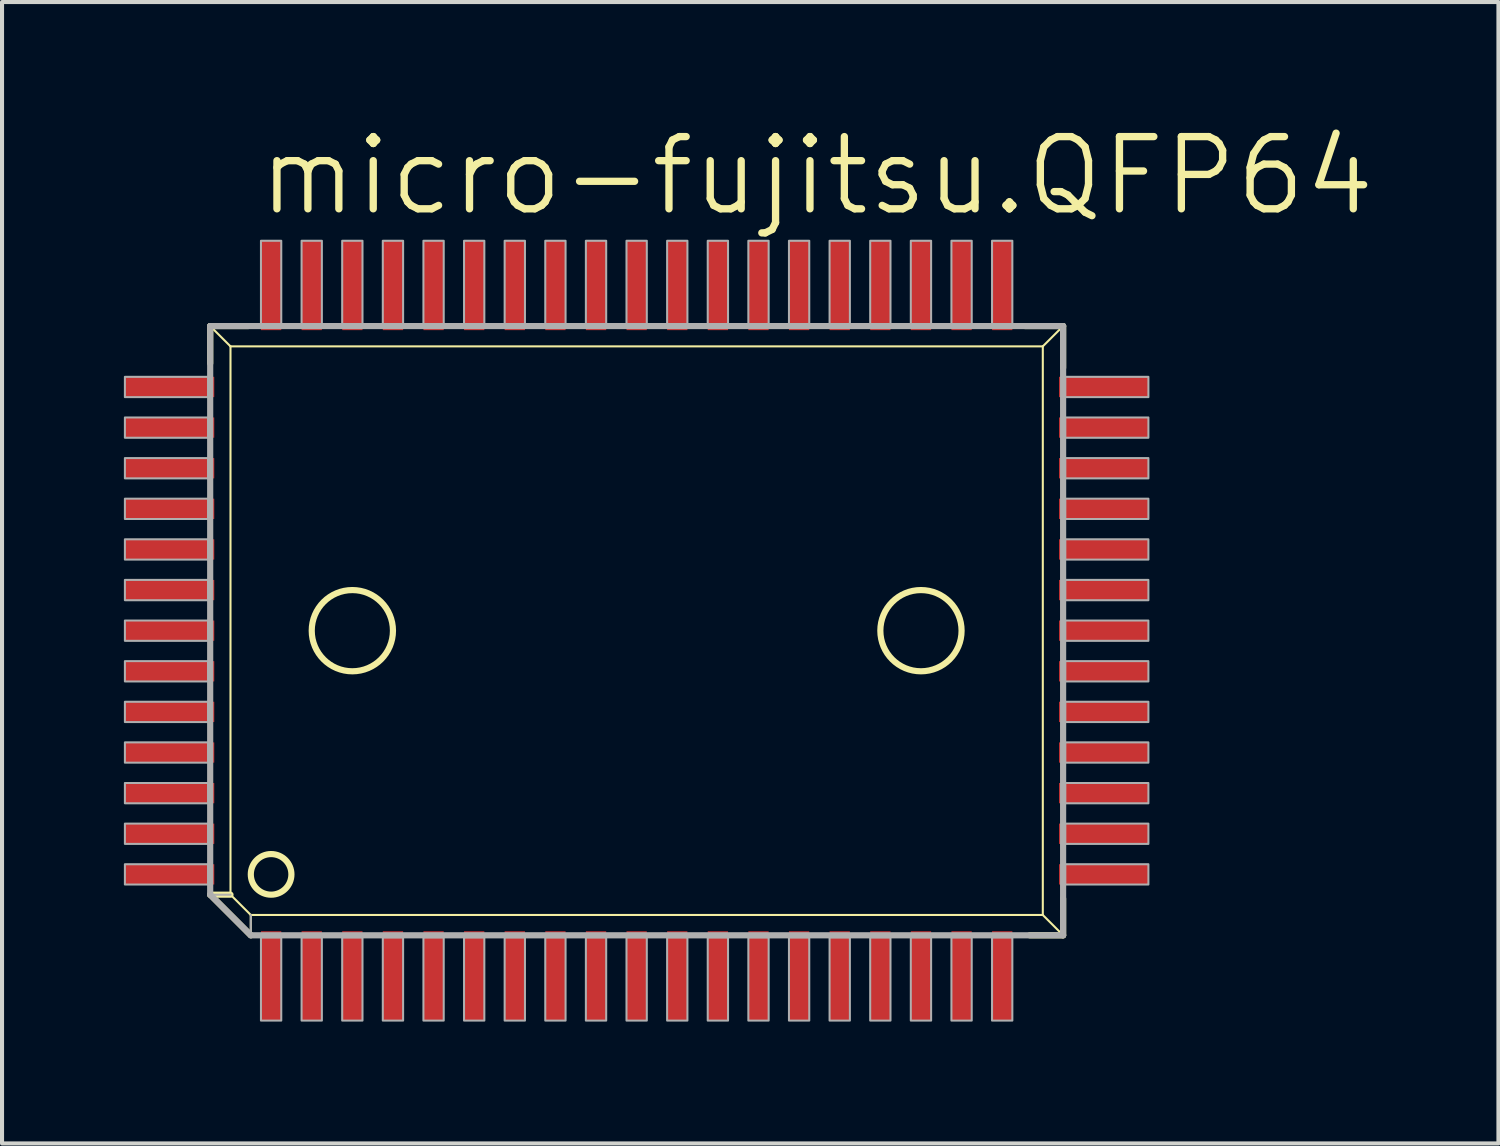
<source format=kicad_pcb>
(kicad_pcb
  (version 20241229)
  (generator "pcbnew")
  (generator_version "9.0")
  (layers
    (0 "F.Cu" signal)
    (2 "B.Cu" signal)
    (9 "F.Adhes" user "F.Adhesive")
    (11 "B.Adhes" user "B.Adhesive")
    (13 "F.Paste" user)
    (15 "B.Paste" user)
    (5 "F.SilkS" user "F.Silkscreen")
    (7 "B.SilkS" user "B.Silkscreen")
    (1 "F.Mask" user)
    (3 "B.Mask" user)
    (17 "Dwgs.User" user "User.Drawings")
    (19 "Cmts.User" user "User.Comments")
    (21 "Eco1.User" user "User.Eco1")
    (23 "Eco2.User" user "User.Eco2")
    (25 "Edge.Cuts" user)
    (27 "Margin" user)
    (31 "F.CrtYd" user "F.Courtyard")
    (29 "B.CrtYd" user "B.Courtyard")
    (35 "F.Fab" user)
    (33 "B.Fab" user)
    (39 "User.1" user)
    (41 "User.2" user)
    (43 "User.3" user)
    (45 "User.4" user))
  (footprint "micro-fujitsu.QFP64"
    (layer "F.Cu")
    (at 12.625 12.478)
    (property "Reference" "micro-fujitsu.QFP64" (at -9.398 -10.16 0) (layer "F.SilkS") (effects (font (size 1.778 1.778) (thickness 0.18)) (justify left bottom)))
    (attr smd)
    (fp_line (start -10.5 -7.5) (end -10 -7) (stroke (width 0.051) (type default)) (layer "F.SilkS"))
    (fp_line (start -10.5 -7.5) (end -9.566 -7.5) (stroke (width 0.152) (type default)) (layer "F.SilkS"))
    (fp_line (start -10.5 -6.581) (end -10.5 -7.5) (stroke (width 0.152) (type default)) (layer "F.SilkS"))
    (fp_line (start -10.5 6.5) (end -10 6.5) (stroke (width 0.152) (type default)) (layer "F.SilkS"))
    (fp_line (start -10 -7) (end 10 -7) (stroke (width 0.051) (type default)) (layer "F.SilkS"))
    (fp_line (start -10 6.5) (end -10 -7) (stroke (width 0.051) (type default)) (layer "F.SilkS"))
    (fp_line (start -9.5 7) (end -10 6.5) (stroke (width 0.051) (type default)) (layer "F.SilkS"))
    (fp_line (start -9.5 7.5) (end -10.5 6.5) (stroke (width 0.152) (type default)) (layer "F.SilkS"))
    (fp_line (start -9.5 7.5) (end -9.5 7) (stroke (width 0.051) (type default)) (layer "F.SilkS"))
    (fp_line (start 9.566 -7.5) (end 10.5 -7.5) (stroke (width 0.152) (type default)) (layer "F.SilkS"))
    (fp_line (start 10 -7) (end 10 7) (stroke (width 0.051) (type default)) (layer "F.SilkS"))
    (fp_line (start 10 7) (end -9.5 7) (stroke (width 0.051) (type default)) (layer "F.SilkS"))
    (fp_line (start 10.5 -7.5) (end 10 -7) (stroke (width 0.051) (type default)) (layer "F.SilkS"))
    (fp_line (start 10.5 -7.5) (end 10.5 -6.47) (stroke (width 0.152) (type default)) (layer "F.SilkS"))
    (fp_line (start 10.5 6.597) (end 10.5 7.5) (stroke (width 0.152) (type default)) (layer "F.SilkS"))
    (fp_line (start 10.5 7.5) (end 9.677 7.5) (stroke (width 0.152) (type default)) (layer "F.SilkS"))
    (fp_line (start 10.5 7.5) (end 10 7) (stroke (width 0.051) (type default)) (layer "F.SilkS"))
    (fp_circle (center -9 6) (end -8.5 6) (stroke (width 0.152) (type default)) (fill no) (layer "F.SilkS"))
    (fp_circle (center -7 0) (end -6 0) (stroke (width 0.152) (type default)) (fill no) (layer "F.SilkS"))
    (fp_circle (center 7 0) (end 8 0) (stroke (width 0.152) (type default)) (fill no) (layer "F.SilkS"))
    (fp_line (start -10.5 -7.5) (end 10.5 -7.5) (stroke (width 0.152) (type default)) (layer "F.Fab"))
    (fp_line (start -10.5 6.5) (end -10.5 -7.5) (stroke (width 0.152) (type default)) (layer "F.Fab"))
    (fp_line (start -10.5 6.5) (end -10 6.5) (stroke (width 0.051) (type default)) (layer "F.Fab"))
    (fp_line (start -9.5 7.5) (end -10.5 6.5) (stroke (width 0.152) (type default)) (layer "F.Fab"))
    (fp_line (start -9.5 7.5) (end -9.5 7) (stroke (width 0.051) (type default)) (layer "F.Fab"))
    (fp_line (start 10.5 -7.5) (end 10.5 7.5) (stroke (width 0.152) (type default)) (layer "F.Fab"))
    (fp_line (start 10.5 7.5) (end -9.5 7.5) (stroke (width 0.152) (type default)) (layer "F.Fab"))
    (fp_rect (start -12.6 -5.75) (end -10.55 -6.25) (stroke (width 0.05) (type default)) (fill no) (layer "F.Fab"))
    (fp_rect (start -12.6 -4.75) (end -10.55 -5.25) (stroke (width 0.05) (type default)) (fill no) (layer "F.Fab"))
    (fp_rect (start -12.6 -3.75) (end -10.55 -4.25) (stroke (width 0.05) (type default)) (fill no) (layer "F.Fab"))
    (fp_rect (start -12.6 -2.75) (end -10.55 -3.25) (stroke (width 0.05) (type default)) (fill no) (layer "F.Fab"))
    (fp_rect (start -12.6 -1.75) (end -10.55 -2.25) (stroke (width 0.05) (type default)) (fill no) (layer "F.Fab"))
    (fp_rect (start -12.6 -0.75) (end -10.55 -1.25) (stroke (width 0.05) (type default)) (fill no) (layer "F.Fab"))
    (fp_rect (start -12.6 0.25) (end -10.55 -0.25) (stroke (width 0.05) (type default)) (fill no) (layer "F.Fab"))
    (fp_rect (start -12.6 1.25) (end -10.55 0.75) (stroke (width 0.05) (type default)) (fill no) (layer "F.Fab"))
    (fp_rect (start -12.6 2.25) (end -10.55 1.75) (stroke (width 0.05) (type default)) (fill no) (layer "F.Fab"))
    (fp_rect (start -12.6 3.25) (end -10.55 2.75) (stroke (width 0.05) (type default)) (fill no) (layer "F.Fab"))
    (fp_rect (start -12.6 4.25) (end -10.55 3.75) (stroke (width 0.05) (type default)) (fill no) (layer "F.Fab"))
    (fp_rect (start -12.6 5.25) (end -10.55 4.75) (stroke (width 0.05) (type default)) (fill no) (layer "F.Fab"))
    (fp_rect (start -12.6 6.25) (end -10.55 5.75) (stroke (width 0.05) (type default)) (fill no) (layer "F.Fab"))
    (fp_rect (start -9.25 -7.55) (end -8.75 -9.6) (stroke (width 0.05) (type default)) (fill no) (layer "F.Fab"))
    (fp_rect (start -9.25 9.6) (end -8.75 7.55) (stroke (width 0.05) (type default)) (fill no) (layer "F.Fab"))
    (fp_rect (start -8.25 -7.55) (end -7.75 -9.6) (stroke (width 0.05) (type default)) (fill no) (layer "F.Fab"))
    (fp_rect (start -8.25 9.6) (end -7.75 7.55) (stroke (width 0.05) (type default)) (fill no) (layer "F.Fab"))
    (fp_rect (start -7.25 -7.55) (end -6.75 -9.6) (stroke (width 0.05) (type default)) (fill no) (layer "F.Fab"))
    (fp_rect (start -7.25 9.6) (end -6.75 7.55) (stroke (width 0.05) (type default)) (fill no) (layer "F.Fab"))
    (fp_rect (start -6.25 -7.55) (end -5.75 -9.6) (stroke (width 0.05) (type default)) (fill no) (layer "F.Fab"))
    (fp_rect (start -6.25 9.6) (end -5.75 7.55) (stroke (width 0.05) (type default)) (fill no) (layer "F.Fab"))
    (fp_rect (start -5.25 -7.55) (end -4.75 -9.6) (stroke (width 0.05) (type default)) (fill no) (layer "F.Fab"))
    (fp_rect (start -5.25 9.6) (end -4.75 7.55) (stroke (width 0.05) (type default)) (fill no) (layer "F.Fab"))
    (fp_rect (start -4.25 -7.55) (end -3.75 -9.6) (stroke (width 0.05) (type default)) (fill no) (layer "F.Fab"))
    (fp_rect (start -4.25 9.6) (end -3.75 7.55) (stroke (width 0.05) (type default)) (fill no) (layer "F.Fab"))
    (fp_rect (start -3.25 -7.55) (end -2.75 -9.6) (stroke (width 0.05) (type default)) (fill no) (layer "F.Fab"))
    (fp_rect (start -3.25 9.6) (end -2.75 7.55) (stroke (width 0.05) (type default)) (fill no) (layer "F.Fab"))
    (fp_rect (start -2.25 -7.55) (end -1.75 -9.6) (stroke (width 0.05) (type default)) (fill no) (layer "F.Fab"))
    (fp_rect (start -2.25 9.6) (end -1.75 7.55) (stroke (width 0.05) (type default)) (fill no) (layer "F.Fab"))
    (fp_rect (start -1.25 -7.55) (end -0.75 -9.6) (stroke (width 0.05) (type default)) (fill no) (layer "F.Fab"))
    (fp_rect (start -1.25 9.6) (end -0.75 7.55) (stroke (width 0.05) (type default)) (fill no) (layer "F.Fab"))
    (fp_rect (start -0.25 -7.55) (end 0.25 -9.6) (stroke (width 0.05) (type default)) (fill no) (layer "F.Fab"))
    (fp_rect (start -0.25 9.6) (end 0.25 7.55) (stroke (width 0.05) (type default)) (fill no) (layer "F.Fab"))
    (fp_rect (start 0.75 -7.55) (end 1.25 -9.6) (stroke (width 0.05) (type default)) (fill no) (layer "F.Fab"))
    (fp_rect (start 0.75 9.6) (end 1.25 7.55) (stroke (width 0.05) (type default)) (fill no) (layer "F.Fab"))
    (fp_rect (start 1.75 -7.55) (end 2.25 -9.6) (stroke (width 0.05) (type default)) (fill no) (layer "F.Fab"))
    (fp_rect (start 1.75 9.6) (end 2.25 7.55) (stroke (width 0.05) (type default)) (fill no) (layer "F.Fab"))
    (fp_rect (start 2.75 -7.55) (end 3.25 -9.6) (stroke (width 0.05) (type default)) (fill no) (layer "F.Fab"))
    (fp_rect (start 2.75 9.6) (end 3.25 7.55) (stroke (width 0.05) (type default)) (fill no) (layer "F.Fab"))
    (fp_rect (start 3.75 -7.55) (end 4.25 -9.6) (stroke (width 0.05) (type default)) (fill no) (layer "F.Fab"))
    (fp_rect (start 3.75 9.6) (end 4.25 7.55) (stroke (width 0.05) (type default)) (fill no) (layer "F.Fab"))
    (fp_rect (start 4.75 -7.55) (end 5.25 -9.6) (stroke (width 0.05) (type default)) (fill no) (layer "F.Fab"))
    (fp_rect (start 4.75 9.6) (end 5.25 7.55) (stroke (width 0.05) (type default)) (fill no) (layer "F.Fab"))
    (fp_rect (start 5.75 -7.55) (end 6.25 -9.6) (stroke (width 0.05) (type default)) (fill no) (layer "F.Fab"))
    (fp_rect (start 5.75 9.6) (end 6.25 7.55) (stroke (width 0.05) (type default)) (fill no) (layer "F.Fab"))
    (fp_rect (start 6.75 -7.55) (end 7.25 -9.6) (stroke (width 0.05) (type default)) (fill no) (layer "F.Fab"))
    (fp_rect (start 6.75 9.6) (end 7.25 7.55) (stroke (width 0.05) (type default)) (fill no) (layer "F.Fab"))
    (fp_rect (start 7.75 -7.55) (end 8.25 -9.6) (stroke (width 0.05) (type default)) (fill no) (layer "F.Fab"))
    (fp_rect (start 7.75 9.6) (end 8.25 7.55) (stroke (width 0.05) (type default)) (fill no) (layer "F.Fab"))
    (fp_rect (start 8.75 -7.55) (end 9.25 -9.6) (stroke (width 0.05) (type default)) (fill no) (layer "F.Fab"))
    (fp_rect (start 8.75 9.6) (end 9.25 7.55) (stroke (width 0.05) (type default)) (fill no) (layer "F.Fab"))
    (fp_rect (start 10.55 -5.75) (end 12.6 -6.25) (stroke (width 0.05) (type default)) (fill no) (layer "F.Fab"))
    (fp_rect (start 10.55 -4.75) (end 12.6 -5.25) (stroke (width 0.05) (type default)) (fill no) (layer "F.Fab"))
    (fp_rect (start 10.55 -3.75) (end 12.6 -4.25) (stroke (width 0.05) (type default)) (fill no) (layer "F.Fab"))
    (fp_rect (start 10.55 -2.75) (end 12.6 -3.25) (stroke (width 0.05) (type default)) (fill no) (layer "F.Fab"))
    (fp_rect (start 10.55 -1.75) (end 12.6 -2.25) (stroke (width 0.05) (type default)) (fill no) (layer "F.Fab"))
    (fp_rect (start 10.55 -0.75) (end 12.6 -1.25) (stroke (width 0.05) (type default)) (fill no) (layer "F.Fab"))
    (fp_rect (start 10.55 0.25) (end 12.6 -0.25) (stroke (width 0.05) (type default)) (fill no) (layer "F.Fab"))
    (fp_rect (start 10.55 1.25) (end 12.6 0.75) (stroke (width 0.05) (type default)) (fill no) (layer "F.Fab"))
    (fp_rect (start 10.55 2.25) (end 12.6 1.75) (stroke (width 0.05) (type default)) (fill no) (layer "F.Fab"))
    (fp_rect (start 10.55 3.25) (end 12.6 2.75) (stroke (width 0.05) (type default)) (fill no) (layer "F.Fab"))
    (fp_rect (start 10.55 4.25) (end 12.6 3.75) (stroke (width 0.05) (type default)) (fill no) (layer "F.Fab"))
    (fp_rect (start 10.55 5.25) (end 12.6 4.75) (stroke (width 0.05) (type default)) (fill no) (layer "F.Fab"))
    (fp_rect (start 10.55 6.25) (end 12.6 5.75) (stroke (width 0.05) (type default)) (fill no) (layer "F.Fab"))
    (pad "1" smd roundrect (at -9 8.5) (size 0.5 2.2) (layers "F.Cu" "F.Mask" "F.Paste") (roundrect_rratio 0.01))
    (pad "2" smd roundrect (at -8 8.5) (size 0.5 2.2) (layers "F.Cu" "F.Mask" "F.Paste") (roundrect_rratio 0.01))
    (pad "3" smd roundrect (at -7 8.5) (size 0.5 2.2) (layers "F.Cu" "F.Mask" "F.Paste") (roundrect_rratio 0.01))
    (pad "4" smd roundrect (at -6 8.5) (size 0.5 2.2) (layers "F.Cu" "F.Mask" "F.Paste") (roundrect_rratio 0.01))
    (pad "5" smd roundrect (at -5 8.5) (size 0.5 2.2) (layers "F.Cu" "F.Mask" "F.Paste") (roundrect_rratio 0.01))
    (pad "6" smd roundrect (at -4 8.5) (size 0.5 2.2) (layers "F.Cu" "F.Mask" "F.Paste") (roundrect_rratio 0.01))
    (pad "7" smd roundrect (at -3 8.5) (size 0.5 2.2) (layers "F.Cu" "F.Mask" "F.Paste") (roundrect_rratio 0.01))
    (pad "8" smd roundrect (at -2 8.5) (size 0.5 2.2) (layers "F.Cu" "F.Mask" "F.Paste") (roundrect_rratio 0.01))
    (pad "9" smd roundrect (at -1 8.5) (size 0.5 2.2) (layers "F.Cu" "F.Mask" "F.Paste") (roundrect_rratio 0.01))
    (pad "10" smd roundrect (at 0 8.5) (size 0.5 2.2) (layers "F.Cu" "F.Mask" "F.Paste") (roundrect_rratio 0.01))
    (pad "11" smd roundrect (at 1 8.5) (size 0.5 2.2) (layers "F.Cu" "F.Mask" "F.Paste") (roundrect_rratio 0.01))
    (pad "12" smd roundrect (at 2 8.5) (size 0.5 2.2) (layers "F.Cu" "F.Mask" "F.Paste") (roundrect_rratio 0.01))
    (pad "13" smd roundrect (at 3 8.5) (size 0.5 2.2) (layers "F.Cu" "F.Mask" "F.Paste") (roundrect_rratio 0.01))
    (pad "14" smd roundrect (at 4 8.5) (size 0.5 2.2) (layers "F.Cu" "F.Mask" "F.Paste") (roundrect_rratio 0.01))
    (pad "15" smd roundrect (at 5 8.5) (size 0.5 2.2) (layers "F.Cu" "F.Mask" "F.Paste") (roundrect_rratio 0.01))
    (pad "16" smd roundrect (at 6 8.5) (size 0.5 2.2) (layers "F.Cu" "F.Mask" "F.Paste") (roundrect_rratio 0.01))
    (pad "17" smd roundrect (at 7 8.5) (size 0.5 2.2) (layers "F.Cu" "F.Mask" "F.Paste") (roundrect_rratio 0.01))
    (pad "18" smd roundrect (at 8 8.5) (size 0.5 2.2) (layers "F.Cu" "F.Mask" "F.Paste") (roundrect_rratio 0.01))
    (pad "19" smd roundrect (at 9 8.5) (size 0.5 2.2) (layers "F.Cu" "F.Mask" "F.Paste") (roundrect_rratio 0.01))
    (pad "20" smd roundrect (at 11.5 6) (size 2.2 0.5) (layers "F.Cu" "F.Mask" "F.Paste") (roundrect_rratio 0.01))
    (pad "21" smd roundrect (at 11.5 5) (size 2.2 0.5) (layers "F.Cu" "F.Mask" "F.Paste") (roundrect_rratio 0.01))
    (pad "22" smd roundrect (at 11.5 4) (size 2.2 0.5) (layers "F.Cu" "F.Mask" "F.Paste") (roundrect_rratio 0.01))
    (pad "23" smd roundrect (at 11.5 3) (size 2.2 0.5) (layers "F.Cu" "F.Mask" "F.Paste") (roundrect_rratio 0.01))
    (pad "24" smd roundrect (at 11.5 2) (size 2.2 0.5) (layers "F.Cu" "F.Mask" "F.Paste") (roundrect_rratio 0.01))
    (pad "25" smd roundrect (at 11.5 1) (size 2.2 0.5) (layers "F.Cu" "F.Mask" "F.Paste") (roundrect_rratio 0.01))
    (pad "26" smd roundrect (at 11.5 0) (size 2.2 0.5) (layers "F.Cu" "F.Mask" "F.Paste") (roundrect_rratio 0.01))
    (pad "27" smd roundrect (at 11.5 -1) (size 2.2 0.5) (layers "F.Cu" "F.Mask" "F.Paste") (roundrect_rratio 0.01))
    (pad "28" smd roundrect (at 11.5 -2) (size 2.2 0.5) (layers "F.Cu" "F.Mask" "F.Paste") (roundrect_rratio 0.01))
    (pad "29" smd roundrect (at 11.5 -3) (size 2.2 0.5) (layers "F.Cu" "F.Mask" "F.Paste") (roundrect_rratio 0.01))
    (pad "30" smd roundrect (at 11.5 -4) (size 2.2 0.5) (layers "F.Cu" "F.Mask" "F.Paste") (roundrect_rratio 0.01))
    (pad "31" smd roundrect (at 11.5 -5) (size 2.2 0.5) (layers "F.Cu" "F.Mask" "F.Paste") (roundrect_rratio 0.01))
    (pad "32" smd roundrect (at 11.5 -6) (size 2.2 0.5) (layers "F.Cu" "F.Mask" "F.Paste") (roundrect_rratio 0.01))
    (pad "33" smd roundrect (at 9 -8.5) (size 0.5 2.2) (layers "F.Cu" "F.Mask" "F.Paste") (roundrect_rratio 0.01))
    (pad "34" smd roundrect (at 8 -8.5) (size 0.5 2.2) (layers "F.Cu" "F.Mask" "F.Paste") (roundrect_rratio 0.01))
    (pad "35" smd roundrect (at 7 -8.5) (size 0.5 2.2) (layers "F.Cu" "F.Mask" "F.Paste") (roundrect_rratio 0.01))
    (pad "36" smd roundrect (at 6 -8.5) (size 0.5 2.2) (layers "F.Cu" "F.Mask" "F.Paste") (roundrect_rratio 0.01))
    (pad "37" smd roundrect (at 5 -8.5) (size 0.5 2.2) (layers "F.Cu" "F.Mask" "F.Paste") (roundrect_rratio 0.01))
    (pad "38" smd roundrect (at 4 -8.5) (size 0.5 2.2) (layers "F.Cu" "F.Mask" "F.Paste") (roundrect_rratio 0.01))
    (pad "39" smd roundrect (at 3 -8.5) (size 0.5 2.2) (layers "F.Cu" "F.Mask" "F.Paste") (roundrect_rratio 0.01))
    (pad "40" smd roundrect (at 2 -8.5) (size 0.5 2.2) (layers "F.Cu" "F.Mask" "F.Paste") (roundrect_rratio 0.01))
    (pad "41" smd roundrect (at 1 -8.5) (size 0.5 2.2) (layers "F.Cu" "F.Mask" "F.Paste") (roundrect_rratio 0.01))
    (pad "42" smd roundrect (at 0 -8.5) (size 0.5 2.2) (layers "F.Cu" "F.Mask" "F.Paste") (roundrect_rratio 0.01))
    (pad "43" smd roundrect (at -1 -8.5) (size 0.5 2.2) (layers "F.Cu" "F.Mask" "F.Paste") (roundrect_rratio 0.01))
    (pad "44" smd roundrect (at -2 -8.5) (size 0.5 2.2) (layers "F.Cu" "F.Mask" "F.Paste") (roundrect_rratio 0.01))
    (pad "45" smd roundrect (at -3 -8.5) (size 0.5 2.2) (layers "F.Cu" "F.Mask" "F.Paste") (roundrect_rratio 0.01))
    (pad "46" smd roundrect (at -4 -8.5) (size 0.5 2.2) (layers "F.Cu" "F.Mask" "F.Paste") (roundrect_rratio 0.01))
    (pad "47" smd roundrect (at -5 -8.5) (size 0.5 2.2) (layers "F.Cu" "F.Mask" "F.Paste") (roundrect_rratio 0.01))
    (pad "48" smd roundrect (at -6 -8.5) (size 0.5 2.2) (layers "F.Cu" "F.Mask" "F.Paste") (roundrect_rratio 0.01))
    (pad "49" smd roundrect (at -7 -8.5) (size 0.5 2.2) (layers "F.Cu" "F.Mask" "F.Paste") (roundrect_rratio 0.01))
    (pad "50" smd roundrect (at -8 -8.5) (size 0.5 2.2) (layers "F.Cu" "F.Mask" "F.Paste") (roundrect_rratio 0.01))
    (pad "51" smd roundrect (at -9 -8.5) (size 0.5 2.2) (layers "F.Cu" "F.Mask" "F.Paste") (roundrect_rratio 0.01))
    (pad "52" smd roundrect (at -11.5 -6) (size 2.2 0.5) (layers "F.Cu" "F.Mask" "F.Paste") (roundrect_rratio 0.01))
    (pad "53" smd roundrect (at -11.5 -5) (size 2.2 0.5) (layers "F.Cu" "F.Mask" "F.Paste") (roundrect_rratio 0.01))
    (pad "54" smd roundrect (at -11.5 -4) (size 2.2 0.5) (layers "F.Cu" "F.Mask" "F.Paste") (roundrect_rratio 0.01))
    (pad "55" smd roundrect (at -11.5 -3) (size 2.2 0.5) (layers "F.Cu" "F.Mask" "F.Paste") (roundrect_rratio 0.01))
    (pad "56" smd roundrect (at -11.5 -2) (size 2.2 0.5) (layers "F.Cu" "F.Mask" "F.Paste") (roundrect_rratio 0.01))
    (pad "57" smd roundrect (at -11.5 -1) (size 2.2 0.5) (layers "F.Cu" "F.Mask" "F.Paste") (roundrect_rratio 0.01))
    (pad "58" smd roundrect (at -11.5 0) (size 2.2 0.5) (layers "F.Cu" "F.Mask" "F.Paste") (roundrect_rratio 0.01))
    (pad "59" smd roundrect (at -11.5 1) (size 2.2 0.5) (layers "F.Cu" "F.Mask" "F.Paste") (roundrect_rratio 0.01))
    (pad "60" smd roundrect (at -11.5 2) (size 2.2 0.5) (layers "F.Cu" "F.Mask" "F.Paste") (roundrect_rratio 0.01))
    (pad "61" smd roundrect (at -11.5 3) (size 2.2 0.5) (layers "F.Cu" "F.Mask" "F.Paste") (roundrect_rratio 0.01))
    (pad "62" smd roundrect (at -11.5 4) (size 2.2 0.5) (layers "F.Cu" "F.Mask" "F.Paste") (roundrect_rratio 0.01))
    (pad "63" smd roundrect (at -11.5 5) (size 2.2 0.5) (layers "F.Cu" "F.Mask" "F.Paste") (roundrect_rratio 0.01))
    (pad "64" smd roundrect (at -11.5 6) (size 2.2 0.5) (layers "F.Cu" "F.Mask" "F.Paste") (roundrect_rratio 0.01)))
  (gr_rect
    (start -3 -3)
    (end 33.843 25.103)
    (stroke (width 0.1) (type default))
    (fill no)
    (layer "Edge.Cuts")))
</source>
